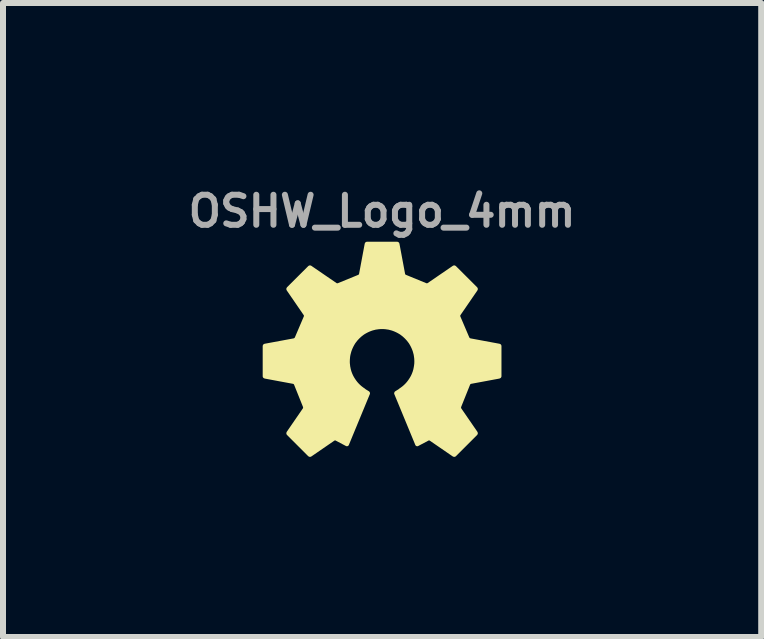
<source format=kicad_pcb>
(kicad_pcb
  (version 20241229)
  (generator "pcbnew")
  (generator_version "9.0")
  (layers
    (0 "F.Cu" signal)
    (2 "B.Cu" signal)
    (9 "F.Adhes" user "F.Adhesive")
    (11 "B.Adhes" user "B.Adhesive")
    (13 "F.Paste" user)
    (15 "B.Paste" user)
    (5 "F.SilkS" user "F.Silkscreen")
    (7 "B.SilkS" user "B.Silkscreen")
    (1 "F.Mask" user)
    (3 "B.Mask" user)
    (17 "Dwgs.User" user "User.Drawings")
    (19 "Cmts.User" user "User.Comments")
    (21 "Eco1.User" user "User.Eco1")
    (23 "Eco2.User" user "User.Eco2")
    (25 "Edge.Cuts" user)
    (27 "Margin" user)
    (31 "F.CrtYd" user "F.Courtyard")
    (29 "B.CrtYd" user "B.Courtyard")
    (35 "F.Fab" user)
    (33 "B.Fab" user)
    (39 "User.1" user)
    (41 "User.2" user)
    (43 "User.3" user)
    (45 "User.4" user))
  (footprint "OSHW_Logo_4mm"
    (layer "F.Cu")
    (at 3.314 2.968)
    (property "Reference" "OSHW_Logo_4mm" (at 0 -2.5 0) (layer "F.Fab") (effects (font (size 0.5 0.5) (thickness 0.1))))
    (attr board_only exclude_from_pos_files exclude_from_bom)
    (fp_poly (pts (xy 0.251 -1.977) (xy 0.252 -1.977) (xy 0.253 -1.977) (xy 0.254 -1.977) (xy 0.255 -1.977) (xy 0.256 -1.976) (xy 0.257 -1.976) (xy 0.258 -1.976) (xy 0.259 -1.975) (xy 0.26 -1.975) (xy 0.261 -1.974) (xy 0.262 -1.974) (xy 0.263 -1.973) (xy 0.264 -1.972) (xy 0.265 -1.972) (xy 0.266 -1.971) (xy 0.267 -1.97) (xy 0.268 -1.969) (xy 0.269 -1.969) (xy 0.269 -1.968) (xy 0.27 -1.967) (xy 0.271 -1.966) (xy 0.272 -1.965) (xy 0.272 -1.964) (xy 0.273 -1.963) (xy 0.273 -1.962) (xy 0.274 -1.961) (xy 0.274 -1.96) (xy 0.275 -1.959) (xy 0.275 -1.958) (xy 0.275 -1.957) (xy 0.275 -1.956) (xy 0.369 -1.454) (xy 0.369 -1.453) (xy 0.369 -1.452) (xy 0.37 -1.45) (xy 0.371 -1.448) (xy 0.372 -1.445) (xy 0.373 -1.443) (xy 0.375 -1.441) (xy 0.376 -1.439) (xy 0.378 -1.437) (xy 0.379 -1.435) (xy 0.381 -1.433) (xy 0.383 -1.432) (xy 0.385 -1.43) (xy 0.387 -1.429) (xy 0.389 -1.428) (xy 0.39 -1.427) (xy 0.391 -1.427) (xy 0.392 -1.426) (xy 0.394 -1.426) (xy 0.73 -1.288) (xy 0.732 -1.287) (xy 0.734 -1.287) (xy 0.736 -1.286) (xy 0.739 -1.285) (xy 0.741 -1.285) (xy 0.744 -1.285) (xy 0.746 -1.285) (xy 0.749 -1.285) (xy 0.751 -1.285) (xy 0.754 -1.286) (xy 0.756 -1.286) (xy 0.759 -1.287) (xy 0.761 -1.288) (xy 0.763 -1.289) (xy 0.765 -1.29) (xy 0.767 -1.291) (xy 1.186 -1.578) (xy 1.187 -1.579) (xy 1.188 -1.58) (xy 1.189 -1.58) (xy 1.19 -1.581) (xy 1.191 -1.581) (xy 1.192 -1.581) (xy 1.193 -1.582) (xy 1.194 -1.582) (xy 1.196 -1.582) (xy 1.197 -1.582) (xy 1.199 -1.583) (xy 1.201 -1.583) (xy 1.204 -1.583) (xy 1.206 -1.582) (xy 1.208 -1.582) (xy 1.21 -1.581) (xy 1.211 -1.581) (xy 1.212 -1.58) (xy 1.213 -1.58) (xy 1.214 -1.579) (xy 1.215 -1.579) (xy 1.216 -1.578) (xy 1.217 -1.578) (xy 1.218 -1.577) (xy 1.219 -1.576) (xy 1.22 -1.575) (xy 1.573 -1.223) (xy 1.573 -1.222) (xy 1.574 -1.221) (xy 1.575 -1.22) (xy 1.575 -1.219) (xy 1.576 -1.218) (xy 1.577 -1.217) (xy 1.578 -1.215) (xy 1.578 -1.213) (xy 1.579 -1.211) (xy 1.58 -1.209) (xy 1.58 -1.206) (xy 1.58 -1.204) (xy 1.58 -1.202) (xy 1.58 -1.199) (xy 1.579 -1.197) (xy 1.579 -1.195) (xy 1.578 -1.194) (xy 1.578 -1.193) (xy 1.577 -1.192) (xy 1.577 -1.191) (xy 1.576 -1.19) (xy 1.576 -1.189) (xy 1.293 -0.777) (xy 1.292 -0.775) (xy 1.291 -0.773) (xy 1.29 -0.771) (xy 1.289 -0.769) (xy 1.289 -0.766) (xy 1.288 -0.764) (xy 1.288 -0.761) (xy 1.287 -0.759) (xy 1.287 -0.756) (xy 1.287 -0.754) (xy 1.288 -0.751) (xy 1.288 -0.749) (xy 1.288 -0.746) (xy 1.289 -0.744) (xy 1.29 -0.742) (xy 1.291 -0.74) (xy 1.439 -0.393) (xy 1.44 -0.391) (xy 1.441 -0.389) (xy 1.443 -0.387) (xy 1.444 -0.385) (xy 1.446 -0.383) (xy 1.447 -0.381) (xy 1.449 -0.379) (xy 1.451 -0.377) (xy 1.453 -0.376) (xy 1.455 -0.374) (xy 1.457 -0.373) (xy 1.459 -0.372) (xy 1.461 -0.371) (xy 1.464 -0.37) (xy 1.466 -0.369) (xy 1.468 -0.368) (xy 1.953 -0.278) (xy 1.953 -0.278) (xy 1.954 -0.278) (xy 1.955 -0.278) (xy 1.956 -0.277) (xy 1.957 -0.277) (xy 1.958 -0.277) (xy 1.959 -0.276) (xy 1.96 -0.275) (xy 1.961 -0.275) (xy 1.963 -0.274) (xy 1.965 -0.272) (xy 1.967 -0.271) (xy 1.968 -0.269) (xy 1.97 -0.267) (xy 1.971 -0.265) (xy 1.972 -0.263) (xy 1.972 -0.262) (xy 1.973 -0.261) (xy 1.973 -0.26) (xy 1.973 -0.259) (xy 1.974 -0.258) (xy 1.974 -0.257) (xy 1.974 -0.256) (xy 1.974 -0.255) (xy 1.974 -0.253) (xy 1.974 -0.252) (xy 1.974 0.247) (xy 1.974 0.248) (xy 1.974 0.249) (xy 1.974 0.25) (xy 1.974 0.251) (xy 1.974 0.252) (xy 1.973 0.253) (xy 1.973 0.254) (xy 1.973 0.256) (xy 1.972 0.257) (xy 1.972 0.258) (xy 1.971 0.259) (xy 1.971 0.26) (xy 1.97 0.261) (xy 1.969 0.262) (xy 1.969 0.262) (xy 1.968 0.263) (xy 1.967 0.264) (xy 1.967 0.265) (xy 1.966 0.266) (xy 1.965 0.267) (xy 1.964 0.267) (xy 1.963 0.268) (xy 1.962 0.269) (xy 1.961 0.269) (xy 1.96 0.27) (xy 1.959 0.27) (xy 1.958 0.271) (xy 1.957 0.271) (xy 1.956 0.272) (xy 1.955 0.272) (xy 1.954 0.272) (xy 1.953 0.273) (xy 1.48 0.361) (xy 1.479 0.361) (xy 1.478 0.361) (xy 1.477 0.361) (xy 1.475 0.362) (xy 1.473 0.363) (xy 1.471 0.364) (xy 1.469 0.365) (xy 1.467 0.366) (xy 1.465 0.368) (xy 1.463 0.37) (xy 1.461 0.371) (xy 1.459 0.373) (xy 1.458 0.375) (xy 1.456 0.377) (xy 1.455 0.379) (xy 1.454 0.381) (xy 1.453 0.383) (xy 1.452 0.384) (xy 1.452 0.385) (xy 1.304 0.754) (xy 1.303 0.756) (xy 1.303 0.759) (xy 1.302 0.761) (xy 1.302 0.763) (xy 1.301 0.766) (xy 1.301 0.768) (xy 1.301 0.771) (xy 1.301 0.773) (xy 1.301 0.776) (xy 1.302 0.779) (xy 1.302 0.781) (xy 1.303 0.783) (xy 1.304 0.786) (xy 1.305 0.788) (xy 1.306 0.79) (xy 1.307 0.792) (xy 1.576 1.183) (xy 1.576 1.184) (xy 1.577 1.185) (xy 1.577 1.186) (xy 1.578 1.187) (xy 1.578 1.188) (xy 1.579 1.189) (xy 1.579 1.191) (xy 1.579 1.192) (xy 1.58 1.193) (xy 1.58 1.194) (xy 1.58 1.196) (xy 1.58 1.198) (xy 1.58 1.201) (xy 1.58 1.203) (xy 1.579 1.205) (xy 1.578 1.207) (xy 1.578 1.208) (xy 1.578 1.21) (xy 1.577 1.211) (xy 1.577 1.212) (xy 1.576 1.213) (xy 1.575 1.214) (xy 1.575 1.214) (xy 1.574 1.215) (xy 1.573 1.216) (xy 1.573 1.217) (xy 1.22 1.57) (xy 1.219 1.571) (xy 1.218 1.571) (xy 1.217 1.572) (xy 1.216 1.573) (xy 1.215 1.573) (xy 1.214 1.574) (xy 1.212 1.575) (xy 1.21 1.576) (xy 1.208 1.576) (xy 1.206 1.577) (xy 1.204 1.577) (xy 1.201 1.577) (xy 1.199 1.577) (xy 1.197 1.577) (xy 1.194 1.576) (xy 1.192 1.576) (xy 1.191 1.575) (xy 1.19 1.575) (xy 1.189 1.575) (xy 1.188 1.574) (xy 1.187 1.574) (xy 1.186 1.573) (xy 0.802 1.309) (xy 0.8 1.308) (xy 0.798 1.307) (xy 0.795 1.306) (xy 0.793 1.305) (xy 0.791 1.304) (xy 0.788 1.304) (xy 0.786 1.304) (xy 0.783 1.304) (xy 0.781 1.304) (xy 0.778 1.304) (xy 0.776 1.304) (xy 0.774 1.304) (xy 0.771 1.305) (xy 0.769 1.306) (xy 0.767 1.307) (xy 0.765 1.308) (xy 0.595 1.398) (xy 0.594 1.399) (xy 0.593 1.399) (xy 0.592 1.4) (xy 0.591 1.4) (xy 0.59 1.4) (xy 0.589 1.4) (xy 0.588 1.4) (xy 0.587 1.401) (xy 0.586 1.401) (xy 0.585 1.401) (xy 0.584 1.4) (xy 0.583 1.4) (xy 0.582 1.4) (xy 0.581 1.4) (xy 0.58 1.4) (xy 0.579 1.399) (xy 0.578 1.399) (xy 0.577 1.399) (xy 0.576 1.398) (xy 0.575 1.398) (xy 0.574 1.397) (xy 0.574 1.396) (xy 0.573 1.396) (xy 0.572 1.395) (xy 0.571 1.394) (xy 0.571 1.394) (xy 0.57 1.393) (xy 0.569 1.392) (xy 0.569 1.391) (xy 0.568 1.39) (xy 0.568 1.389) (xy 0.567 1.388) (xy 0.218 0.543) (xy 0.217 0.542) (xy 0.217 0.541) (xy 0.217 0.54) (xy 0.216 0.539) (xy 0.216 0.538) (xy 0.216 0.537) (xy 0.216 0.535) (xy 0.216 0.534) (xy 0.216 0.533) (xy 0.216 0.532) (xy 0.216 0.531) (xy 0.216 0.53) (xy 0.216 0.529) (xy 0.217 0.528) (xy 0.217 0.527) (xy 0.217 0.525) (xy 0.218 0.524) (xy 0.218 0.523) (xy 0.218 0.522) (xy 0.219 0.521) (xy 0.22 0.52) (xy 0.22 0.519) (xy 0.221 0.518) (xy 0.221 0.517) (xy 0.222 0.517) (xy 0.223 0.516) (xy 0.224 0.515) (xy 0.224 0.514) (xy 0.225 0.513) (xy 0.226 0.513) (xy 0.227 0.512) (xy 0.228 0.511) (xy 0.27 0.485) (xy 0.273 0.484) (xy 0.277 0.481) (xy 0.28 0.479) (xy 0.284 0.476) (xy 0.287 0.473) (xy 0.291 0.471) (xy 0.294 0.468) (xy 0.297 0.465) (xy 0.325 0.446) (xy 0.352 0.425) (xy 0.378 0.402) (xy 0.402 0.378) (xy 0.424 0.353) (xy 0.445 0.326) (xy 0.464 0.298) (xy 0.482 0.269) (xy 0.498 0.239) (xy 0.512 0.207) (xy 0.524 0.175) (xy 0.534 0.141) (xy 0.541 0.107) (xy 0.547 0.072) (xy 0.551 0.036) (xy 0.552 0.000052) (xy 0.551 -0.028) (xy 0.549 -0.056) (xy 0.545 -0.084) (xy 0.541 -0.111) (xy 0.534 -0.138) (xy 0.527 -0.164) (xy 0.518 -0.19) (xy 0.508 -0.215) (xy 0.497 -0.239) (xy 0.485 -0.263) (xy 0.472 -0.286) (xy 0.458 -0.309) (xy 0.442 -0.33) (xy 0.426 -0.351) (xy 0.408 -0.371) (xy 0.39 -0.39) (xy 0.371 -0.408) (xy 0.351 -0.426) (xy 0.33 -0.442) (xy 0.309 -0.458) (xy 0.286 -0.472) (xy 0.263 -0.485) (xy 0.239 -0.497) (xy 0.215 -0.508) (xy 0.19 -0.518) (xy 0.164 -0.527) (xy 0.138 -0.534) (xy 0.111 -0.541) (xy 0.084 -0.545) (xy 0.056 -0.549) (xy 0.028 -0.551) (xy 0.000001 -0.552) (xy -0.028 -0.551) (xy -0.056 -0.549) (xy -0.084 -0.545) (xy -0.111 -0.541) (xy -0.138 -0.534) (xy -0.164 -0.527) (xy -0.19 -0.518) (xy -0.215 -0.508) (xy -0.239 -0.497) (xy -0.263 -0.485) (xy -0.286 -0.472) (xy -0.309 -0.458) (xy -0.33 -0.442) (xy -0.351 -0.426) (xy -0.371 -0.408) (xy -0.39 -0.39) (xy -0.408 -0.371) (xy -0.426 -0.351) (xy -0.442 -0.33) (xy -0.458 -0.309) (xy -0.472 -0.286) (xy -0.485 -0.263) (xy -0.497 -0.239) (xy -0.508 -0.215) (xy -0.518 -0.19) (xy -0.527 -0.164) (xy -0.534 -0.138) (xy -0.541 -0.111) (xy -0.546 -0.084) (xy -0.549 -0.056) (xy -0.551 -0.028) (xy -0.552 0.000052) (xy -0.552 0.018) (xy -0.551 0.036) (xy -0.549 0.054) (xy -0.547 0.072) (xy -0.545 0.09) (xy -0.541 0.107) (xy -0.538 0.124) (xy -0.534 0.141) (xy -0.529 0.158) (xy -0.524 0.175) (xy -0.518 0.191) (xy -0.512 0.207) (xy -0.505 0.223) (xy -0.498 0.239) (xy -0.482 0.269) (xy -0.464 0.298) (xy -0.445 0.326) (xy -0.424 0.353) (xy -0.402 0.378) (xy -0.378 0.402) (xy -0.352 0.425) (xy -0.325 0.446) (xy -0.297 0.465) (xy -0.294 0.468) (xy -0.291 0.471) (xy -0.287 0.473) (xy -0.284 0.476) (xy -0.28 0.479) (xy -0.277 0.481) (xy -0.273 0.484) (xy -0.27 0.485) (xy -0.228 0.511) (xy -0.227 0.512) (xy -0.226 0.513) (xy -0.225 0.513) (xy -0.224 0.514) (xy -0.224 0.515) (xy -0.223 0.516) (xy -0.221 0.517) (xy -0.22 0.519) (xy -0.219 0.521) (xy -0.218 0.523) (xy -0.217 0.525) (xy -0.217 0.528) (xy -0.216 0.53) (xy -0.216 0.532) (xy -0.216 0.534) (xy -0.216 0.537) (xy -0.216 0.538) (xy -0.216 0.539) (xy -0.217 0.54) (xy -0.217 0.541) (xy -0.217 0.542) (xy -0.218 0.543) (xy -0.567 1.388) (xy -0.568 1.389) (xy -0.568 1.39) (xy -0.569 1.391) (xy -0.569 1.392) (xy -0.57 1.393) (xy -0.571 1.394) (xy -0.571 1.394) (xy -0.572 1.395) (xy -0.573 1.396) (xy -0.574 1.396) (xy -0.574 1.397) (xy -0.575 1.398) (xy -0.576 1.398) (xy -0.577 1.399) (xy -0.578 1.399) (xy -0.579 1.399) (xy -0.58 1.4) (xy -0.581 1.4) (xy -0.582 1.4) (xy -0.583 1.4) (xy -0.584 1.4) (xy -0.585 1.401) (xy -0.586 1.401) (xy -0.587 1.4) (xy -0.588 1.4) (xy -0.589 1.4) (xy -0.59 1.4) (xy -0.591 1.4) (xy -0.592 1.399) (xy -0.593 1.399) (xy -0.594 1.399) (xy -0.595 1.398) (xy -0.765 1.308) (xy -0.767 1.307) (xy -0.769 1.306) (xy -0.771 1.305) (xy -0.774 1.304) (xy -0.776 1.304) (xy -0.778 1.304) (xy -0.781 1.303) (xy -0.783 1.303) (xy -0.786 1.304) (xy -0.788 1.304) (xy -0.791 1.304) (xy -0.793 1.305) (xy -0.795 1.306) (xy -0.798 1.307) (xy -0.8 1.308) (xy -0.802 1.309) (xy -1.186 1.573) (xy -1.187 1.573) (xy -1.188 1.574) (xy -1.189 1.575) (xy -1.19 1.575) (xy -1.191 1.575) (xy -1.192 1.576) (xy -1.193 1.576) (xy -1.194 1.576) (xy -1.196 1.577) (xy -1.197 1.577) (xy -1.199 1.577) (xy -1.201 1.577) (xy -1.203 1.577) (xy -1.206 1.577) (xy -1.208 1.576) (xy -1.21 1.576) (xy -1.211 1.575) (xy -1.212 1.575) (xy -1.213 1.574) (xy -1.214 1.574) (xy -1.215 1.573) (xy -1.216 1.573) (xy -1.217 1.572) (xy -1.218 1.571) (xy -1.219 1.571) (xy -1.22 1.57) (xy -1.573 1.217) (xy -1.573 1.216) (xy -1.574 1.215) (xy -1.575 1.214) (xy -1.575 1.213) (xy -1.576 1.213) (xy -1.577 1.212) (xy -1.578 1.21) (xy -1.578 1.207) (xy -1.579 1.205) (xy -1.58 1.203) (xy -1.58 1.201) (xy -1.58 1.198) (xy -1.58 1.196) (xy -1.58 1.194) (xy -1.579 1.192) (xy -1.579 1.189) (xy -1.578 1.188) (xy -1.578 1.187) (xy -1.577 1.186) (xy -1.577 1.185) (xy -1.576 1.184) (xy -1.576 1.183) (xy -1.307 0.792) (xy -1.306 0.79) (xy -1.305 0.788) (xy -1.304 0.786) (xy -1.303 0.783) (xy -1.302 0.781) (xy -1.302 0.779) (xy -1.301 0.776) (xy -1.301 0.773) (xy -1.301 0.771) (xy -1.301 0.768) (xy -1.301 0.766) (xy -1.302 0.763) (xy -1.302 0.761) (xy -1.303 0.759) (xy -1.303 0.756) (xy -1.304 0.754) (xy -1.452 0.385) (xy -1.452 0.384) (xy -1.453 0.383) (xy -1.454 0.381) (xy -1.455 0.379) (xy -1.456 0.377) (xy -1.458 0.375) (xy -1.459 0.373) (xy -1.461 0.371) (xy -1.463 0.37) (xy -1.465 0.368) (xy -1.467 0.366) (xy -1.469 0.365) (xy -1.471 0.364) (xy -1.473 0.363) (xy -1.476 0.362) (xy -1.478 0.361) (xy -1.479 0.361) (xy -1.48 0.361) (xy -1.953 0.273) (xy -1.954 0.272) (xy -1.955 0.272) (xy -1.956 0.272) (xy -1.957 0.271) (xy -1.958 0.271) (xy -1.959 0.27) (xy -1.96 0.27) (xy -1.961 0.269) (xy -1.962 0.269) (xy -1.963 0.268) (xy -1.965 0.267) (xy -1.967 0.265) (xy -1.968 0.263) (xy -1.969 0.262) (xy -1.971 0.26) (xy -1.972 0.258) (xy -1.973 0.256) (xy -1.973 0.254) (xy -1.973 0.253) (xy -1.974 0.252) (xy -1.974 0.251) (xy -1.974 0.25) (xy -1.974 0.249) (xy -1.974 0.248) (xy -1.974 0.247) (xy -1.974 -0.252) (xy -1.974 -0.253) (xy -1.974 -0.255) (xy -1.974 -0.256) (xy -1.974 -0.257) (xy -1.974 -0.258) (xy -1.973 -0.259) (xy -1.973 -0.26) (xy -1.973 -0.261) (xy -1.972 -0.262) (xy -1.972 -0.263) (xy -1.971 -0.264) (xy -1.971 -0.265) (xy -1.97 -0.266) (xy -1.97 -0.267) (xy -1.969 -0.268) (xy -1.968 -0.269) (xy -1.967 -0.27) (xy -1.967 -0.271) (xy -1.966 -0.271) (xy -1.965 -0.272) (xy -1.964 -0.273) (xy -1.963 -0.274) (xy -1.962 -0.274) (xy -1.961 -0.275) (xy -1.96 -0.275) (xy -1.959 -0.276) (xy -1.958 -0.277) (xy -1.957 -0.277) (xy -1.956 -0.277) (xy -1.955 -0.278) (xy -1.954 -0.278) (xy -1.953 -0.278) (xy -1.468 -0.368) (xy -1.467 -0.369) (xy -1.466 -0.369) (xy -1.464 -0.37) (xy -1.461 -0.371) (xy -1.459 -0.372) (xy -1.457 -0.373) (xy -1.455 -0.374) (xy -1.453 -0.376) (xy -1.451 -0.377) (xy -1.449 -0.379) (xy -1.447 -0.381) (xy -1.445 -0.383) (xy -1.444 -0.385) (xy -1.443 -0.387) (xy -1.441 -0.389) (xy -1.44 -0.391) (xy -1.44 -0.392) (xy -1.439 -0.393) (xy -1.291 -0.74) (xy -1.29 -0.742) (xy -1.289 -0.744) (xy -1.288 -0.746) (xy -1.288 -0.749) (xy -1.288 -0.751) (xy -1.287 -0.754) (xy -1.287 -0.756) (xy -1.287 -0.759) (xy -1.288 -0.761) (xy -1.288 -0.764) (xy -1.288 -0.766) (xy -1.289 -0.769) (xy -1.29 -0.771) (xy -1.291 -0.773) (xy -1.292 -0.775) (xy -1.293 -0.777) (xy -1.576 -1.189) (xy -1.576 -1.19) (xy -1.577 -1.191) (xy -1.577 -1.192) (xy -1.578 -1.193) (xy -1.578 -1.194) (xy -1.579 -1.195) (xy -1.579 -1.196) (xy -1.579 -1.197) (xy -1.579 -1.198) (xy -1.58 -1.199) (xy -1.58 -1.202) (xy -1.58 -1.204) (xy -1.58 -1.206) (xy -1.58 -1.209) (xy -1.579 -1.211) (xy -1.578 -1.213) (xy -1.578 -1.214) (xy -1.578 -1.215) (xy -1.577 -1.216) (xy -1.577 -1.217) (xy -1.576 -1.218) (xy -1.575 -1.219) (xy -1.575 -1.22) (xy -1.574 -1.221) (xy -1.573 -1.222) (xy -1.573 -1.223) (xy -1.22 -1.575) (xy -1.219 -1.576) (xy -1.218 -1.577) (xy -1.217 -1.578) (xy -1.216 -1.578) (xy -1.215 -1.579) (xy -1.214 -1.579) (xy -1.212 -1.58) (xy -1.21 -1.581) (xy -1.208 -1.582) (xy -1.206 -1.582) (xy -1.203 -1.583) (xy -1.201 -1.583) (xy -1.199 -1.583) (xy -1.197 -1.582) (xy -1.194 -1.582) (xy -1.192 -1.581) (xy -1.191 -1.581) (xy -1.19 -1.581) (xy -1.189 -1.58) (xy -1.188 -1.58) (xy -1.187 -1.579) (xy -1.186 -1.578) (xy -0.767 -1.291) (xy -0.765 -1.29) (xy -0.763 -1.289) (xy -0.761 -1.288) (xy -0.759 -1.287) (xy -0.756 -1.286) (xy -0.754 -1.286) (xy -0.751 -1.285) (xy -0.749 -1.285) (xy -0.746 -1.285) (xy -0.744 -1.285) (xy -0.741 -1.285) (xy -0.739 -1.285) (xy -0.736 -1.286) (xy -0.734 -1.287) (xy -0.732 -1.287) (xy -0.73 -1.288) (xy -0.393 -1.426) (xy -0.391 -1.427) (xy -0.389 -1.428) (xy -0.387 -1.429) (xy -0.385 -1.43) (xy -0.383 -1.432) (xy -0.381 -1.433) (xy -0.379 -1.435) (xy -0.378 -1.437) (xy -0.376 -1.439) (xy -0.374 -1.441) (xy -0.373 -1.443) (xy -0.372 -1.445) (xy -0.371 -1.448) (xy -0.37 -1.45) (xy -0.369 -1.452) (xy -0.369 -1.454) (xy -0.275 -1.956) (xy -0.275 -1.957) (xy -0.275 -1.958) (xy -0.274 -1.959) (xy -0.274 -1.96) (xy -0.274 -1.961) (xy -0.273 -1.962) (xy -0.273 -1.963) (xy -0.272 -1.964) (xy -0.271 -1.965) (xy -0.271 -1.966) (xy -0.269 -1.968) (xy -0.268 -1.969) (xy -0.266 -1.971) (xy -0.264 -1.972) (xy -0.262 -1.974) (xy -0.26 -1.975) (xy -0.259 -1.975) (xy -0.258 -1.976) (xy -0.257 -1.976) (xy -0.256 -1.976) (xy -0.255 -1.977) (xy -0.254 -1.977) (xy -0.253 -1.977) (xy -0.252 -1.977) (xy -0.251 -1.977) (xy -0.249 -1.977) (xy 0.25 -1.977)) (stroke (width 0.029) (type solid)) (fill yes) (layer "F.SilkS")))
  (gr_rect
    (start -3 -3)
    (end 9.629 7.56)
    (stroke (width 0.1) (type default))
    (fill no)
    (layer "Edge.Cuts")))
</source>
